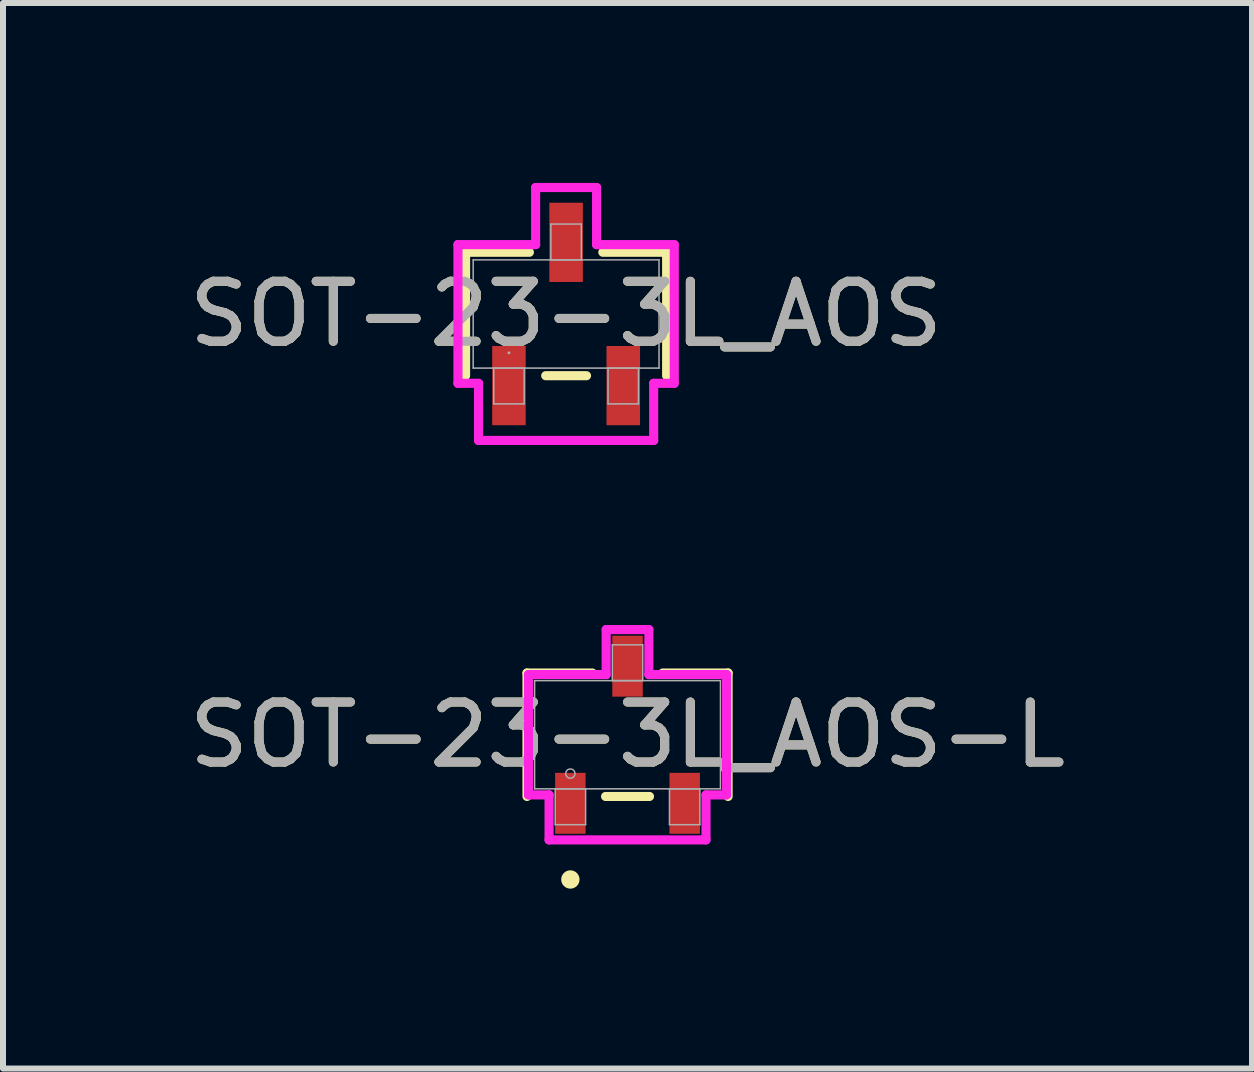
<source format=kicad_pcb>
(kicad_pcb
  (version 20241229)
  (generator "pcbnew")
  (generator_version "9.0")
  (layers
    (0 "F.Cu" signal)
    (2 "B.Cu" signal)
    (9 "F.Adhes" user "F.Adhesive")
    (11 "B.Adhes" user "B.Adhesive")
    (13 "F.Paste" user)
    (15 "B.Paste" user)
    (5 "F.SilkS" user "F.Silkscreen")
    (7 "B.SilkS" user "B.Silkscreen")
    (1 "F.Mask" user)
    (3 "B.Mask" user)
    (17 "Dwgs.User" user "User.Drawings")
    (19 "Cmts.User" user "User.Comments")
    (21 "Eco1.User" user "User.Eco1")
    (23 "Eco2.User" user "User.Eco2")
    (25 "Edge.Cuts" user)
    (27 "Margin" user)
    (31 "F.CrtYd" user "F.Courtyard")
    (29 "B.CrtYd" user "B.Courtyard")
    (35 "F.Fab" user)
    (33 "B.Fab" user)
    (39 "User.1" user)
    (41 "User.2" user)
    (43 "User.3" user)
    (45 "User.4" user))
  (footprint "SOT-23-3L_AOS"
    (layer "F.Cu")
    (at 6.387 2.184)
    (property "Reference" "SOT-23-3L_AOS" (at 0 0 0) (unlocked yes) (layer "F.SilkS") (effects (font (size 1 1) (thickness 0.15))))
    (attr smd)
    (fp_line (start -1.676 -1.029) (end -1.676 1.029) (stroke (width 0.152) (type solid)) (layer "F.SilkS"))
    (fp_line (start -0.612 -1.029) (end -1.676 -1.029) (stroke (width 0.152) (type solid)) (layer "F.SilkS"))
    (fp_line (start -0.34 1.029) (end 0.34 1.029) (stroke (width 0.152) (type solid)) (layer "F.SilkS"))
    (fp_line (start 1.676 -1.029) (end 0.612 -1.029) (stroke (width 0.152) (type solid)) (layer "F.SilkS"))
    (fp_line (start 1.676 1.029) (end 1.676 -1.029) (stroke (width 0.152) (type solid)) (layer "F.SilkS"))
    (fp_line (start -1.803 -1.156) (end -0.508 -1.156) (stroke (width 0.152) (type solid)) (layer "F.CrtYd"))
    (fp_line (start -1.803 1.156) (end -1.803 -1.156) (stroke (width 0.152) (type solid)) (layer "F.CrtYd"))
    (fp_line (start -1.803 1.156) (end -1.46 1.156) (stroke (width 0.152) (type solid)) (layer "F.CrtYd"))
    (fp_line (start -1.46 1.156) (end -1.46 2.108) (stroke (width 0.152) (type solid)) (layer "F.CrtYd"))
    (fp_line (start -1.46 2.108) (end 1.46 2.108) (stroke (width 0.152) (type solid)) (layer "F.CrtYd"))
    (fp_line (start -0.508 -2.108) (end 0.508 -2.108) (stroke (width 0.152) (type solid)) (layer "F.CrtYd"))
    (fp_line (start -0.508 -1.156) (end -0.508 -2.108) (stroke (width 0.152) (type solid)) (layer "F.CrtYd"))
    (fp_line (start 0.508 -1.156) (end 0.508 -2.108) (stroke (width 0.152) (type solid)) (layer "F.CrtYd"))
    (fp_line (start 1.46 1.156) (end 1.46 2.108) (stroke (width 0.152) (type solid)) (layer "F.CrtYd"))
    (fp_line (start 1.803 -1.156) (end 0.508 -1.156) (stroke (width 0.152) (type solid)) (layer "F.CrtYd"))
    (fp_line (start 1.803 -1.156) (end 1.803 1.156) (stroke (width 0.152) (type solid)) (layer "F.CrtYd"))
    (fp_line (start 1.803 1.156) (end 1.46 1.156) (stroke (width 0.152) (type solid)) (layer "F.CrtYd"))
    (fp_line (start -1.549 -0.902) (end -1.549 0.902) (stroke (width 0.025) (type solid)) (layer "F.Fab"))
    (fp_line (start -1.549 0.902) (end 1.549 0.902) (stroke (width 0.025) (type solid)) (layer "F.Fab"))
    (fp_line (start -1.206 0.902) (end -1.206 1.499) (stroke (width 0.025) (type solid)) (layer "F.Fab"))
    (fp_line (start -1.206 1.499) (end -0.699 1.499) (stroke (width 0.025) (type solid)) (layer "F.Fab"))
    (fp_line (start -0.699 0.902) (end -1.206 0.902) (stroke (width 0.025) (type solid)) (layer "F.Fab"))
    (fp_line (start -0.699 1.499) (end -0.699 0.902) (stroke (width 0.025) (type solid)) (layer "F.Fab"))
    (fp_line (start -0.254 -1.499) (end -0.254 -0.902) (stroke (width 0.025) (type solid)) (layer "F.Fab"))
    (fp_line (start -0.254 -0.902) (end 0.254 -0.902) (stroke (width 0.025) (type solid)) (layer "F.Fab"))
    (fp_line (start 0.254 -1.499) (end -0.254 -1.499) (stroke (width 0.025) (type solid)) (layer "F.Fab"))
    (fp_line (start 0.254 -0.902) (end 0.254 -1.499) (stroke (width 0.025) (type solid)) (layer "F.Fab"))
    (fp_line (start 0.699 0.902) (end 0.699 1.499) (stroke (width 0.025) (type solid)) (layer "F.Fab"))
    (fp_line (start 0.699 1.499) (end 1.206 1.499) (stroke (width 0.025) (type solid)) (layer "F.Fab"))
    (fp_line (start 1.206 0.902) (end 0.699 0.902) (stroke (width 0.025) (type solid)) (layer "F.Fab"))
    (fp_line (start 1.206 1.499) (end 1.206 0.902) (stroke (width 0.025) (type solid)) (layer "F.Fab"))
    (fp_line (start 1.549 -0.902) (end -1.549 -0.902) (stroke (width 0.025) (type solid)) (layer "F.Fab"))
    (fp_line (start 1.549 0.902) (end 1.549 -0.902) (stroke (width 0.025) (type solid)) (layer "F.Fab"))
    (fp_circle (center -0.953 0.648) (end -0.953 0.648) (stroke (width 0.025) (type solid)) (fill no) (layer "F.Fab"))
    (fp_text user "${REFERENCE}" (at 0 0 0) (unlocked yes) (layer "F.Fab") (effects (font (size 1 1) (thickness 0.15))))
    (pad "1" smd rect (at -0.953 1.194) (size 0.559 1.321) (layers "F.Cu" "F.Mask" "F.Paste"))
    (pad "2" smd rect (at 0.953 1.194) (size 0.559 1.321) (layers "F.Cu" "F.Mask" "F.Paste"))
    (pad "3" smd rect (at 0 -1.194) (size 0.559 1.321) (layers "F.Cu" "F.Mask" "F.Paste")))
  (footprint "SOT-23-3L_AOS-L"
    (layer "F.Cu")
    (at 7.411 9.198)
    (property "Reference" "SOT-23-3L_AOS-L" (at 0 0 0) (unlocked yes) (layer "F.SilkS") (effects (font (size 1 1) (thickness 0.15))))
    (attr smd)
    (fp_line (start -1.676 -1.029) (end -1.676 1.029) (stroke (width 0.152) (type solid)) (layer "F.SilkS"))
    (fp_line (start -0.587 -1.029) (end -1.676 -1.029) (stroke (width 0.152) (type solid)) (layer "F.SilkS"))
    (fp_line (start -0.366 1.029) (end 0.366 1.029) (stroke (width 0.152) (type solid)) (layer "F.SilkS"))
    (fp_line (start 1.676 -1.029) (end 0.587 -1.029) (stroke (width 0.152) (type solid)) (layer "F.SilkS"))
    (fp_line (start 1.676 1.029) (end 1.676 -1.029) (stroke (width 0.152) (type solid)) (layer "F.SilkS"))
    (fp_circle (center -0.953 2.413) (end -0.876 2.413) (stroke (width 0.152) (type solid)) (fill no) (layer "F.SilkS"))
    (fp_line (start -1.651 -1.003) (end -0.356 -1.003) (stroke (width 0.152) (type solid)) (layer "F.CrtYd"))
    (fp_line (start -1.651 1.003) (end -1.651 -1.003) (stroke (width 0.152) (type solid)) (layer "F.CrtYd"))
    (fp_line (start -1.651 1.003) (end -1.308 1.003) (stroke (width 0.152) (type solid)) (layer "F.CrtYd"))
    (fp_line (start -1.308 1.003) (end -1.308 1.753) (stroke (width 0.152) (type solid)) (layer "F.CrtYd"))
    (fp_line (start -1.308 1.753) (end 1.308 1.753) (stroke (width 0.152) (type solid)) (layer "F.CrtYd"))
    (fp_line (start -0.356 -1.753) (end 0.356 -1.753) (stroke (width 0.152) (type solid)) (layer "F.CrtYd"))
    (fp_line (start -0.356 -1.003) (end -0.356 -1.753) (stroke (width 0.152) (type solid)) (layer "F.CrtYd"))
    (fp_line (start 0.356 -1.003) (end 0.356 -1.753) (stroke (width 0.152) (type solid)) (layer "F.CrtYd"))
    (fp_line (start 1.308 1.003) (end 1.308 1.753) (stroke (width 0.152) (type solid)) (layer "F.CrtYd"))
    (fp_line (start 1.651 -1.003) (end 0.356 -1.003) (stroke (width 0.152) (type solid)) (layer "F.CrtYd"))
    (fp_line (start 1.651 -1.003) (end 1.651 1.003) (stroke (width 0.152) (type solid)) (layer "F.CrtYd"))
    (fp_line (start 1.651 1.003) (end 1.308 1.003) (stroke (width 0.152) (type solid)) (layer "F.CrtYd"))
    (fp_line (start -1.549 -0.902) (end -1.549 0.902) (stroke (width 0.025) (type solid)) (layer "F.Fab"))
    (fp_line (start -1.549 0.902) (end 1.549 0.902) (stroke (width 0.025) (type solid)) (layer "F.Fab"))
    (fp_line (start -1.206 0.902) (end -1.206 1.499) (stroke (width 0.025) (type solid)) (layer "F.Fab"))
    (fp_line (start -1.206 1.499) (end -0.699 1.499) (stroke (width 0.025) (type solid)) (layer "F.Fab"))
    (fp_line (start -0.699 0.902) (end -1.206 0.902) (stroke (width 0.025) (type solid)) (layer "F.Fab"))
    (fp_line (start -0.699 1.499) (end -0.699 0.902) (stroke (width 0.025) (type solid)) (layer "F.Fab"))
    (fp_line (start -0.254 -1.499) (end -0.254 -0.902) (stroke (width 0.025) (type solid)) (layer "F.Fab"))
    (fp_line (start -0.254 -0.902) (end 0.254 -0.902) (stroke (width 0.025) (type solid)) (layer "F.Fab"))
    (fp_line (start 0.254 -1.499) (end -0.254 -1.499) (stroke (width 0.025) (type solid)) (layer "F.Fab"))
    (fp_line (start 0.254 -0.902) (end 0.254 -1.499) (stroke (width 0.025) (type solid)) (layer "F.Fab"))
    (fp_line (start 0.699 0.902) (end 0.699 1.499) (stroke (width 0.025) (type solid)) (layer "F.Fab"))
    (fp_line (start 0.699 1.499) (end 1.206 1.499) (stroke (width 0.025) (type solid)) (layer "F.Fab"))
    (fp_line (start 1.206 0.902) (end 0.699 0.902) (stroke (width 0.025) (type solid)) (layer "F.Fab"))
    (fp_line (start 1.206 1.499) (end 1.206 0.902) (stroke (width 0.025) (type solid)) (layer "F.Fab"))
    (fp_line (start 1.549 -0.902) (end -1.549 -0.902) (stroke (width 0.025) (type solid)) (layer "F.Fab"))
    (fp_line (start 1.549 0.902) (end 1.549 -0.902) (stroke (width 0.025) (type solid)) (layer "F.Fab"))
    (fp_circle (center -0.953 0.648) (end -0.876 0.648) (stroke (width 0.025) (type solid)) (fill no) (layer "F.Fab"))
    (fp_text user "${REFERENCE}" (at 0 0 0) (unlocked yes) (layer "F.Fab") (effects (font (size 1 1) (thickness 0.15))))
    (pad "1" smd rect (at -0.953 1.143) (size 0.508 1.016) (layers "F.Cu" "F.Mask" "F.Paste"))
    (pad "2" smd rect (at 0.953 1.143) (size 0.508 1.016) (layers "F.Cu" "F.Mask" "F.Paste"))
    (pad "3" smd rect (at 0 -1.143) (size 0.508 1.016) (layers "F.Cu" "F.Mask" "F.Paste")))
  (gr_rect
    (start -3 -3)
    (end 17.821 14.763)
    (stroke (width 0.1) (type default))
    (fill no)
    (layer "Edge.Cuts")))
</source>
